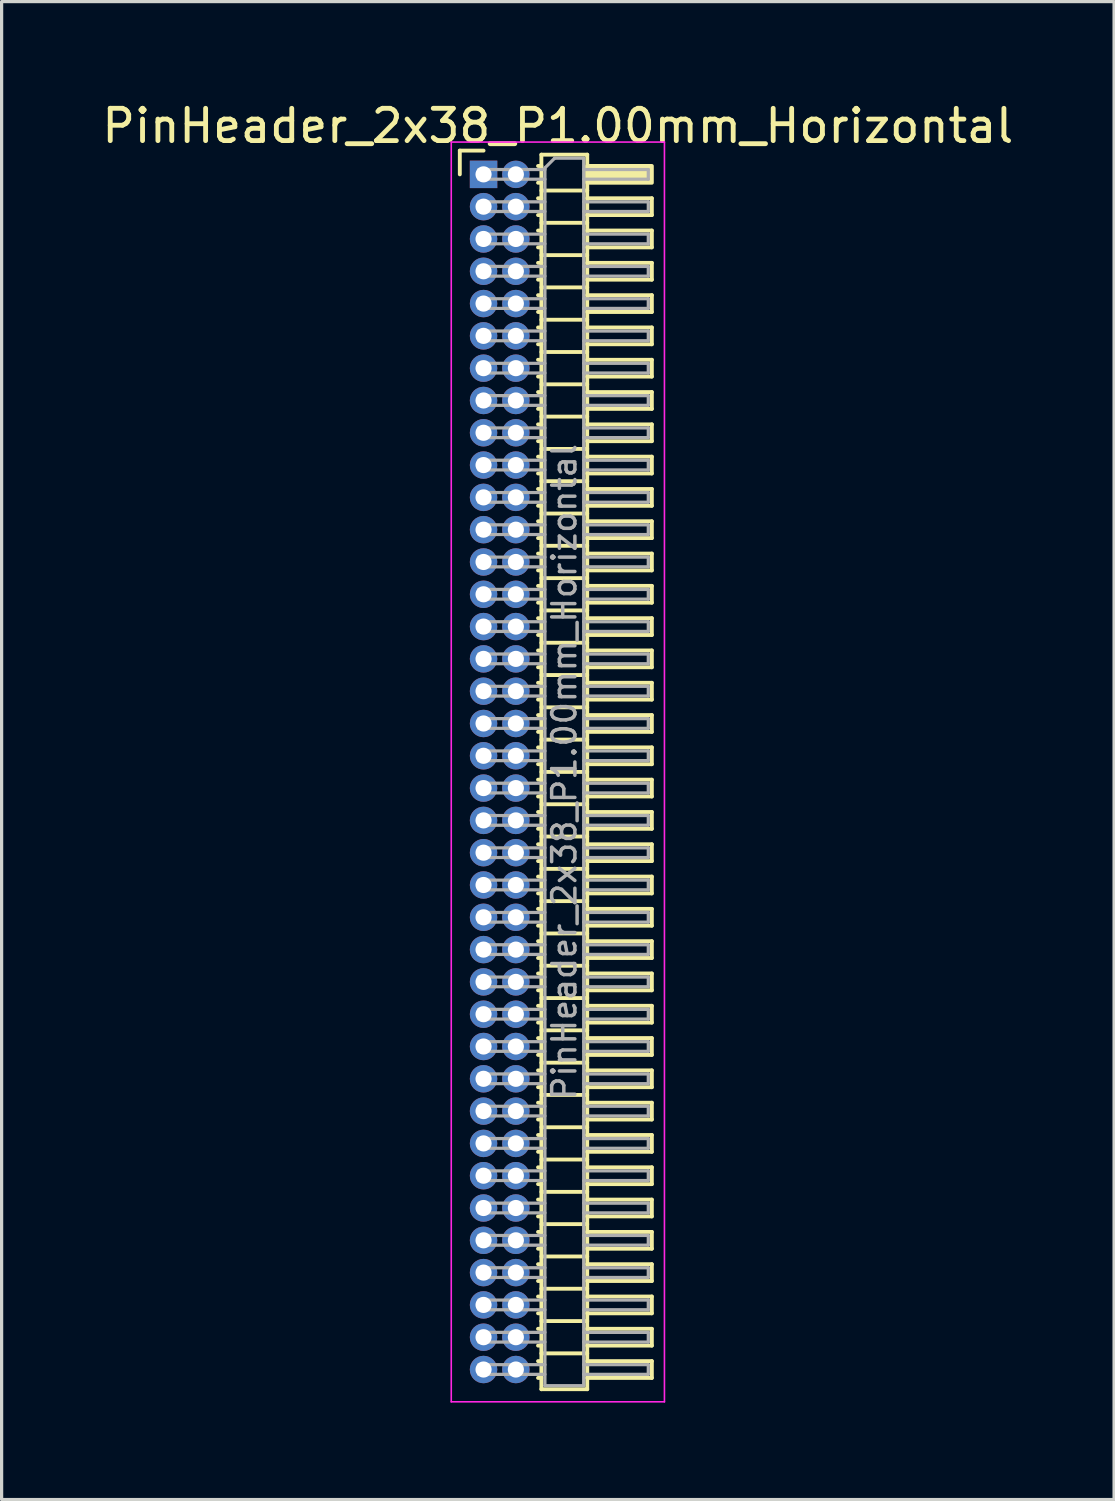
<source format=kicad_pcb>
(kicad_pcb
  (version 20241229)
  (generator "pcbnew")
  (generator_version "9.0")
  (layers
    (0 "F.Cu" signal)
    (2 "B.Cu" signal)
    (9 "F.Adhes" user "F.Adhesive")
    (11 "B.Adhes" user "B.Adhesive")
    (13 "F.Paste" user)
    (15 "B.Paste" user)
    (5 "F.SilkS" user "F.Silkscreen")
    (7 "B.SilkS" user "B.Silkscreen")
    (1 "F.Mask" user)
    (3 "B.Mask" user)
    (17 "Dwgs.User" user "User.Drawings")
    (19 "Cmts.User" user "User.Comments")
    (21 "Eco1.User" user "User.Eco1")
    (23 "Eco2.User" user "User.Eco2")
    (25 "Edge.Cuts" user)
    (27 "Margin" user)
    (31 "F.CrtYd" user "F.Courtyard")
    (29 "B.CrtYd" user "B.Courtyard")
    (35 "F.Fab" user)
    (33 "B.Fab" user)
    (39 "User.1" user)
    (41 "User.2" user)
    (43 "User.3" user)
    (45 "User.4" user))
  (footprint "PinHeader_2x38_P1.00mm_Horizontal"
    (layer "F.Cu")
    (at 11.92 2.348)
    (property "Reference" "PinHeader_2x38_P1.00mm_Horizontal" (at 2.3 -1.5 0) (layer "F.SilkS") (effects (font (size 1 1) (thickness 0.15))))
    (attr through_hole)
    (fp_line (start -0.735 -0.735) (end 0 -0.735) (stroke (width 0.12) (type solid)) (layer "F.SilkS"))
    (fp_line (start -0.735 0) (end -0.735 -0.735) (stroke (width 0.12) (type solid)) (layer "F.SilkS"))
    (fp_line (start 1.687 -0.26) (end 1.79 -0.26) (stroke (width 0.12) (type solid)) (layer "F.SilkS"))
    (fp_line (start 1.687 0.26) (end 1.79 0.26) (stroke (width 0.12) (type solid)) (layer "F.SilkS"))
    (fp_line (start 1.687 0.74) (end 1.79 0.74) (stroke (width 0.12) (type solid)) (layer "F.SilkS"))
    (fp_line (start 1.687 1.26) (end 1.79 1.26) (stroke (width 0.12) (type solid)) (layer "F.SilkS"))
    (fp_line (start 1.687 1.74) (end 1.79 1.74) (stroke (width 0.12) (type solid)) (layer "F.SilkS"))
    (fp_line (start 1.687 2.26) (end 1.79 2.26) (stroke (width 0.12) (type solid)) (layer "F.SilkS"))
    (fp_line (start 1.687 2.74) (end 1.79 2.74) (stroke (width 0.12) (type solid)) (layer "F.SilkS"))
    (fp_line (start 1.687 3.26) (end 1.79 3.26) (stroke (width 0.12) (type solid)) (layer "F.SilkS"))
    (fp_line (start 1.687 3.74) (end 1.79 3.74) (stroke (width 0.12) (type solid)) (layer "F.SilkS"))
    (fp_line (start 1.687 4.26) (end 1.79 4.26) (stroke (width 0.12) (type solid)) (layer "F.SilkS"))
    (fp_line (start 1.687 4.74) (end 1.79 4.74) (stroke (width 0.12) (type solid)) (layer "F.SilkS"))
    (fp_line (start 1.687 5.26) (end 1.79 5.26) (stroke (width 0.12) (type solid)) (layer "F.SilkS"))
    (fp_line (start 1.687 5.74) (end 1.79 5.74) (stroke (width 0.12) (type solid)) (layer "F.SilkS"))
    (fp_line (start 1.687 6.26) (end 1.79 6.26) (stroke (width 0.12) (type solid)) (layer "F.SilkS"))
    (fp_line (start 1.687 6.74) (end 1.79 6.74) (stroke (width 0.12) (type solid)) (layer "F.SilkS"))
    (fp_line (start 1.687 7.26) (end 1.79 7.26) (stroke (width 0.12) (type solid)) (layer "F.SilkS"))
    (fp_line (start 1.687 7.74) (end 1.79 7.74) (stroke (width 0.12) (type solid)) (layer "F.SilkS"))
    (fp_line (start 1.687 8.26) (end 1.79 8.26) (stroke (width 0.12) (type solid)) (layer "F.SilkS"))
    (fp_line (start 1.687 8.74) (end 1.79 8.74) (stroke (width 0.12) (type solid)) (layer "F.SilkS"))
    (fp_line (start 1.687 9.26) (end 1.79 9.26) (stroke (width 0.12) (type solid)) (layer "F.SilkS"))
    (fp_line (start 1.687 9.74) (end 1.79 9.74) (stroke (width 0.12) (type solid)) (layer "F.SilkS"))
    (fp_line (start 1.687 10.26) (end 1.79 10.26) (stroke (width 0.12) (type solid)) (layer "F.SilkS"))
    (fp_line (start 1.687 10.74) (end 1.79 10.74) (stroke (width 0.12) (type solid)) (layer "F.SilkS"))
    (fp_line (start 1.687 11.26) (end 1.79 11.26) (stroke (width 0.12) (type solid)) (layer "F.SilkS"))
    (fp_line (start 1.687 11.74) (end 1.79 11.74) (stroke (width 0.12) (type solid)) (layer "F.SilkS"))
    (fp_line (start 1.687 12.26) (end 1.79 12.26) (stroke (width 0.12) (type solid)) (layer "F.SilkS"))
    (fp_line (start 1.687 12.74) (end 1.79 12.74) (stroke (width 0.12) (type solid)) (layer "F.SilkS"))
    (fp_line (start 1.687 13.26) (end 1.79 13.26) (stroke (width 0.12) (type solid)) (layer "F.SilkS"))
    (fp_line (start 1.687 13.74) (end 1.79 13.74) (stroke (width 0.12) (type solid)) (layer "F.SilkS"))
    (fp_line (start 1.687 14.26) (end 1.79 14.26) (stroke (width 0.12) (type solid)) (layer "F.SilkS"))
    (fp_line (start 1.687 14.74) (end 1.79 14.74) (stroke (width 0.12) (type solid)) (layer "F.SilkS"))
    (fp_line (start 1.687 15.26) (end 1.79 15.26) (stroke (width 0.12) (type solid)) (layer "F.SilkS"))
    (fp_line (start 1.687 15.74) (end 1.79 15.74) (stroke (width 0.12) (type solid)) (layer "F.SilkS"))
    (fp_line (start 1.687 16.26) (end 1.79 16.26) (stroke (width 0.12) (type solid)) (layer "F.SilkS"))
    (fp_line (start 1.687 16.74) (end 1.79 16.74) (stroke (width 0.12) (type solid)) (layer "F.SilkS"))
    (fp_line (start 1.687 17.26) (end 1.79 17.26) (stroke (width 0.12) (type solid)) (layer "F.SilkS"))
    (fp_line (start 1.687 17.74) (end 1.79 17.74) (stroke (width 0.12) (type solid)) (layer "F.SilkS"))
    (fp_line (start 1.687 18.26) (end 1.79 18.26) (stroke (width 0.12) (type solid)) (layer "F.SilkS"))
    (fp_line (start 1.687 18.74) (end 1.79 18.74) (stroke (width 0.12) (type solid)) (layer "F.SilkS"))
    (fp_line (start 1.687 19.26) (end 1.79 19.26) (stroke (width 0.12) (type solid)) (layer "F.SilkS"))
    (fp_line (start 1.687 19.74) (end 1.79 19.74) (stroke (width 0.12) (type solid)) (layer "F.SilkS"))
    (fp_line (start 1.687 20.26) (end 1.79 20.26) (stroke (width 0.12) (type solid)) (layer "F.SilkS"))
    (fp_line (start 1.687 20.74) (end 1.79 20.74) (stroke (width 0.12) (type solid)) (layer "F.SilkS"))
    (fp_line (start 1.687 21.26) (end 1.79 21.26) (stroke (width 0.12) (type solid)) (layer "F.SilkS"))
    (fp_line (start 1.687 21.74) (end 1.79 21.74) (stroke (width 0.12) (type solid)) (layer "F.SilkS"))
    (fp_line (start 1.687 22.26) (end 1.79 22.26) (stroke (width 0.12) (type solid)) (layer "F.SilkS"))
    (fp_line (start 1.687 22.74) (end 1.79 22.74) (stroke (width 0.12) (type solid)) (layer "F.SilkS"))
    (fp_line (start 1.687 23.26) (end 1.79 23.26) (stroke (width 0.12) (type solid)) (layer "F.SilkS"))
    (fp_line (start 1.687 23.74) (end 1.79 23.74) (stroke (width 0.12) (type solid)) (layer "F.SilkS"))
    (fp_line (start 1.687 24.26) (end 1.79 24.26) (stroke (width 0.12) (type solid)) (layer "F.SilkS"))
    (fp_line (start 1.687 24.74) (end 1.79 24.74) (stroke (width 0.12) (type solid)) (layer "F.SilkS"))
    (fp_line (start 1.687 25.26) (end 1.79 25.26) (stroke (width 0.12) (type solid)) (layer "F.SilkS"))
    (fp_line (start 1.687 25.74) (end 1.79 25.74) (stroke (width 0.12) (type solid)) (layer "F.SilkS"))
    (fp_line (start 1.687 26.26) (end 1.79 26.26) (stroke (width 0.12) (type solid)) (layer "F.SilkS"))
    (fp_line (start 1.687 26.74) (end 1.79 26.74) (stroke (width 0.12) (type solid)) (layer "F.SilkS"))
    (fp_line (start 1.687 27.26) (end 1.79 27.26) (stroke (width 0.12) (type solid)) (layer "F.SilkS"))
    (fp_line (start 1.687 27.74) (end 1.79 27.74) (stroke (width 0.12) (type solid)) (layer "F.SilkS"))
    (fp_line (start 1.687 28.26) (end 1.79 28.26) (stroke (width 0.12) (type solid)) (layer "F.SilkS"))
    (fp_line (start 1.687 28.74) (end 1.79 28.74) (stroke (width 0.12) (type solid)) (layer "F.SilkS"))
    (fp_line (start 1.687 29.26) (end 1.79 29.26) (stroke (width 0.12) (type solid)) (layer "F.SilkS"))
    (fp_line (start 1.687 29.74) (end 1.79 29.74) (stroke (width 0.12) (type solid)) (layer "F.SilkS"))
    (fp_line (start 1.687 30.26) (end 1.79 30.26) (stroke (width 0.12) (type solid)) (layer "F.SilkS"))
    (fp_line (start 1.687 30.74) (end 1.79 30.74) (stroke (width 0.12) (type solid)) (layer "F.SilkS"))
    (fp_line (start 1.687 31.26) (end 1.79 31.26) (stroke (width 0.12) (type solid)) (layer "F.SilkS"))
    (fp_line (start 1.687 31.74) (end 1.79 31.74) (stroke (width 0.12) (type solid)) (layer "F.SilkS"))
    (fp_line (start 1.687 32.26) (end 1.79 32.26) (stroke (width 0.12) (type solid)) (layer "F.SilkS"))
    (fp_line (start 1.687 32.74) (end 1.79 32.74) (stroke (width 0.12) (type solid)) (layer "F.SilkS"))
    (fp_line (start 1.687 33.26) (end 1.79 33.26) (stroke (width 0.12) (type solid)) (layer "F.SilkS"))
    (fp_line (start 1.687 33.74) (end 1.79 33.74) (stroke (width 0.12) (type solid)) (layer "F.SilkS"))
    (fp_line (start 1.687 34.26) (end 1.79 34.26) (stroke (width 0.12) (type solid)) (layer "F.SilkS"))
    (fp_line (start 1.687 34.74) (end 1.79 34.74) (stroke (width 0.12) (type solid)) (layer "F.SilkS"))
    (fp_line (start 1.687 35.26) (end 1.79 35.26) (stroke (width 0.12) (type solid)) (layer "F.SilkS"))
    (fp_line (start 1.687 35.74) (end 1.79 35.74) (stroke (width 0.12) (type solid)) (layer "F.SilkS"))
    (fp_line (start 1.687 36.26) (end 1.79 36.26) (stroke (width 0.12) (type solid)) (layer "F.SilkS"))
    (fp_line (start 1.687 36.74) (end 1.79 36.74) (stroke (width 0.12) (type solid)) (layer "F.SilkS"))
    (fp_line (start 1.687 37.26) (end 1.79 37.26) (stroke (width 0.12) (type solid)) (layer "F.SilkS"))
    (fp_line (start 1.79 -0.61) (end 1.79 37.61) (stroke (width 0.12) (type solid)) (layer "F.SilkS"))
    (fp_line (start 1.79 0.5) (end 3.21 0.5) (stroke (width 0.12) (type solid)) (layer "F.SilkS"))
    (fp_line (start 1.79 1.5) (end 3.21 1.5) (stroke (width 0.12) (type solid)) (layer "F.SilkS"))
    (fp_line (start 1.79 2.5) (end 3.21 2.5) (stroke (width 0.12) (type solid)) (layer "F.SilkS"))
    (fp_line (start 1.79 3.5) (end 3.21 3.5) (stroke (width 0.12) (type solid)) (layer "F.SilkS"))
    (fp_line (start 1.79 4.5) (end 3.21 4.5) (stroke (width 0.12) (type solid)) (layer "F.SilkS"))
    (fp_line (start 1.79 5.5) (end 3.21 5.5) (stroke (width 0.12) (type solid)) (layer "F.SilkS"))
    (fp_line (start 1.79 6.5) (end 3.21 6.5) (stroke (width 0.12) (type solid)) (layer "F.SilkS"))
    (fp_line (start 1.79 7.5) (end 3.21 7.5) (stroke (width 0.12) (type solid)) (layer "F.SilkS"))
    (fp_line (start 1.79 8.5) (end 3.21 8.5) (stroke (width 0.12) (type solid)) (layer "F.SilkS"))
    (fp_line (start 1.79 9.5) (end 3.21 9.5) (stroke (width 0.12) (type solid)) (layer "F.SilkS"))
    (fp_line (start 1.79 10.5) (end 3.21 10.5) (stroke (width 0.12) (type solid)) (layer "F.SilkS"))
    (fp_line (start 1.79 11.5) (end 3.21 11.5) (stroke (width 0.12) (type solid)) (layer "F.SilkS"))
    (fp_line (start 1.79 12.5) (end 3.21 12.5) (stroke (width 0.12) (type solid)) (layer "F.SilkS"))
    (fp_line (start 1.79 13.5) (end 3.21 13.5) (stroke (width 0.12) (type solid)) (layer "F.SilkS"))
    (fp_line (start 1.79 14.5) (end 3.21 14.5) (stroke (width 0.12) (type solid)) (layer "F.SilkS"))
    (fp_line (start 1.79 15.5) (end 3.21 15.5) (stroke (width 0.12) (type solid)) (layer "F.SilkS"))
    (fp_line (start 1.79 16.5) (end 3.21 16.5) (stroke (width 0.12) (type solid)) (layer "F.SilkS"))
    (fp_line (start 1.79 17.5) (end 3.21 17.5) (stroke (width 0.12) (type solid)) (layer "F.SilkS"))
    (fp_line (start 1.79 18.5) (end 3.21 18.5) (stroke (width 0.12) (type solid)) (layer "F.SilkS"))
    (fp_line (start 1.79 19.5) (end 3.21 19.5) (stroke (width 0.12) (type solid)) (layer "F.SilkS"))
    (fp_line (start 1.79 20.5) (end 3.21 20.5) (stroke (width 0.12) (type solid)) (layer "F.SilkS"))
    (fp_line (start 1.79 21.5) (end 3.21 21.5) (stroke (width 0.12) (type solid)) (layer "F.SilkS"))
    (fp_line (start 1.79 22.5) (end 3.21 22.5) (stroke (width 0.12) (type solid)) (layer "F.SilkS"))
    (fp_line (start 1.79 23.5) (end 3.21 23.5) (stroke (width 0.12) (type solid)) (layer "F.SilkS"))
    (fp_line (start 1.79 24.5) (end 3.21 24.5) (stroke (width 0.12) (type solid)) (layer "F.SilkS"))
    (fp_line (start 1.79 25.5) (end 3.21 25.5) (stroke (width 0.12) (type solid)) (layer "F.SilkS"))
    (fp_line (start 1.79 26.5) (end 3.21 26.5) (stroke (width 0.12) (type solid)) (layer "F.SilkS"))
    (fp_line (start 1.79 27.5) (end 3.21 27.5) (stroke (width 0.12) (type solid)) (layer "F.SilkS"))
    (fp_line (start 1.79 28.5) (end 3.21 28.5) (stroke (width 0.12) (type solid)) (layer "F.SilkS"))
    (fp_line (start 1.79 29.5) (end 3.21 29.5) (stroke (width 0.12) (type solid)) (layer "F.SilkS"))
    (fp_line (start 1.79 30.5) (end 3.21 30.5) (stroke (width 0.12) (type solid)) (layer "F.SilkS"))
    (fp_line (start 1.79 31.5) (end 3.21 31.5) (stroke (width 0.12) (type solid)) (layer "F.SilkS"))
    (fp_line (start 1.79 32.5) (end 3.21 32.5) (stroke (width 0.12) (type solid)) (layer "F.SilkS"))
    (fp_line (start 1.79 33.5) (end 3.21 33.5) (stroke (width 0.12) (type solid)) (layer "F.SilkS"))
    (fp_line (start 1.79 34.5) (end 3.21 34.5) (stroke (width 0.12) (type solid)) (layer "F.SilkS"))
    (fp_line (start 1.79 35.5) (end 3.21 35.5) (stroke (width 0.12) (type solid)) (layer "F.SilkS"))
    (fp_line (start 1.79 36.5) (end 3.21 36.5) (stroke (width 0.12) (type solid)) (layer "F.SilkS"))
    (fp_line (start 1.79 37.61) (end 3.21 37.61) (stroke (width 0.12) (type solid)) (layer "F.SilkS"))
    (fp_line (start 3.21 -0.61) (end 1.79 -0.61) (stroke (width 0.12) (type solid)) (layer "F.SilkS"))
    (fp_line (start 3.21 0.74) (end 5.21 0.74) (stroke (width 0.12) (type solid)) (layer "F.SilkS"))
    (fp_line (start 3.21 1.74) (end 5.21 1.74) (stroke (width 0.12) (type solid)) (layer "F.SilkS"))
    (fp_line (start 3.21 2.74) (end 5.21 2.74) (stroke (width 0.12) (type solid)) (layer "F.SilkS"))
    (fp_line (start 3.21 3.74) (end 5.21 3.74) (stroke (width 0.12) (type solid)) (layer "F.SilkS"))
    (fp_line (start 3.21 4.74) (end 5.21 4.74) (stroke (width 0.12) (type solid)) (layer "F.SilkS"))
    (fp_line (start 3.21 5.74) (end 5.21 5.74) (stroke (width 0.12) (type solid)) (layer "F.SilkS"))
    (fp_line (start 3.21 6.74) (end 5.21 6.74) (stroke (width 0.12) (type solid)) (layer "F.SilkS"))
    (fp_line (start 3.21 7.74) (end 5.21 7.74) (stroke (width 0.12) (type solid)) (layer "F.SilkS"))
    (fp_line (start 3.21 8.74) (end 5.21 8.74) (stroke (width 0.12) (type solid)) (layer "F.SilkS"))
    (fp_line (start 3.21 9.74) (end 5.21 9.74) (stroke (width 0.12) (type solid)) (layer "F.SilkS"))
    (fp_line (start 3.21 10.74) (end 5.21 10.74) (stroke (width 0.12) (type solid)) (layer "F.SilkS"))
    (fp_line (start 3.21 11.74) (end 5.21 11.74) (stroke (width 0.12) (type solid)) (layer "F.SilkS"))
    (fp_line (start 3.21 12.74) (end 5.21 12.74) (stroke (width 0.12) (type solid)) (layer "F.SilkS"))
    (fp_line (start 3.21 13.74) (end 5.21 13.74) (stroke (width 0.12) (type solid)) (layer "F.SilkS"))
    (fp_line (start 3.21 14.74) (end 5.21 14.74) (stroke (width 0.12) (type solid)) (layer "F.SilkS"))
    (fp_line (start 3.21 15.74) (end 5.21 15.74) (stroke (width 0.12) (type solid)) (layer "F.SilkS"))
    (fp_line (start 3.21 16.74) (end 5.21 16.74) (stroke (width 0.12) (type solid)) (layer "F.SilkS"))
    (fp_line (start 3.21 17.74) (end 5.21 17.74) (stroke (width 0.12) (type solid)) (layer "F.SilkS"))
    (fp_line (start 3.21 18.74) (end 5.21 18.74) (stroke (width 0.12) (type solid)) (layer "F.SilkS"))
    (fp_line (start 3.21 19.74) (end 5.21 19.74) (stroke (width 0.12) (type solid)) (layer "F.SilkS"))
    (fp_line (start 3.21 20.74) (end 5.21 20.74) (stroke (width 0.12) (type solid)) (layer "F.SilkS"))
    (fp_line (start 3.21 21.74) (end 5.21 21.74) (stroke (width 0.12) (type solid)) (layer "F.SilkS"))
    (fp_line (start 3.21 22.74) (end 5.21 22.74) (stroke (width 0.12) (type solid)) (layer "F.SilkS"))
    (fp_line (start 3.21 23.74) (end 5.21 23.74) (stroke (width 0.12) (type solid)) (layer "F.SilkS"))
    (fp_line (start 3.21 24.74) (end 5.21 24.74) (stroke (width 0.12) (type solid)) (layer "F.SilkS"))
    (fp_line (start 3.21 25.74) (end 5.21 25.74) (stroke (width 0.12) (type solid)) (layer "F.SilkS"))
    (fp_line (start 3.21 26.74) (end 5.21 26.74) (stroke (width 0.12) (type solid)) (layer "F.SilkS"))
    (fp_line (start 3.21 27.74) (end 5.21 27.74) (stroke (width 0.12) (type solid)) (layer "F.SilkS"))
    (fp_line (start 3.21 28.74) (end 5.21 28.74) (stroke (width 0.12) (type solid)) (layer "F.SilkS"))
    (fp_line (start 3.21 29.74) (end 5.21 29.74) (stroke (width 0.12) (type solid)) (layer "F.SilkS"))
    (fp_line (start 3.21 30.74) (end 5.21 30.74) (stroke (width 0.12) (type solid)) (layer "F.SilkS"))
    (fp_line (start 3.21 31.74) (end 5.21 31.74) (stroke (width 0.12) (type solid)) (layer "F.SilkS"))
    (fp_line (start 3.21 32.74) (end 5.21 32.74) (stroke (width 0.12) (type solid)) (layer "F.SilkS"))
    (fp_line (start 3.21 33.74) (end 5.21 33.74) (stroke (width 0.12) (type solid)) (layer "F.SilkS"))
    (fp_line (start 3.21 34.74) (end 5.21 34.74) (stroke (width 0.12) (type solid)) (layer "F.SilkS"))
    (fp_line (start 3.21 35.74) (end 5.21 35.74) (stroke (width 0.12) (type solid)) (layer "F.SilkS"))
    (fp_line (start 3.21 36.74) (end 5.21 36.74) (stroke (width 0.12) (type solid)) (layer "F.SilkS"))
    (fp_line (start 3.21 37.61) (end 3.21 -0.61) (stroke (width 0.12) (type solid)) (layer "F.SilkS"))
    (fp_line (start 5.21 0.74) (end 5.21 1.26) (stroke (width 0.12) (type solid)) (layer "F.SilkS"))
    (fp_line (start 5.21 1.26) (end 3.21 1.26) (stroke (width 0.12) (type solid)) (layer "F.SilkS"))
    (fp_line (start 5.21 1.74) (end 5.21 2.26) (stroke (width 0.12) (type solid)) (layer "F.SilkS"))
    (fp_line (start 5.21 2.26) (end 3.21 2.26) (stroke (width 0.12) (type solid)) (layer "F.SilkS"))
    (fp_line (start 5.21 2.74) (end 5.21 3.26) (stroke (width 0.12) (type solid)) (layer "F.SilkS"))
    (fp_line (start 5.21 3.26) (end 3.21 3.26) (stroke (width 0.12) (type solid)) (layer "F.SilkS"))
    (fp_line (start 5.21 3.74) (end 5.21 4.26) (stroke (width 0.12) (type solid)) (layer "F.SilkS"))
    (fp_line (start 5.21 4.26) (end 3.21 4.26) (stroke (width 0.12) (type solid)) (layer "F.SilkS"))
    (fp_line (start 5.21 4.74) (end 5.21 5.26) (stroke (width 0.12) (type solid)) (layer "F.SilkS"))
    (fp_line (start 5.21 5.26) (end 3.21 5.26) (stroke (width 0.12) (type solid)) (layer "F.SilkS"))
    (fp_line (start 5.21 5.74) (end 5.21 6.26) (stroke (width 0.12) (type solid)) (layer "F.SilkS"))
    (fp_line (start 5.21 6.26) (end 3.21 6.26) (stroke (width 0.12) (type solid)) (layer "F.SilkS"))
    (fp_line (start 5.21 6.74) (end 5.21 7.26) (stroke (width 0.12) (type solid)) (layer "F.SilkS"))
    (fp_line (start 5.21 7.26) (end 3.21 7.26) (stroke (width 0.12) (type solid)) (layer "F.SilkS"))
    (fp_line (start 5.21 7.74) (end 5.21 8.26) (stroke (width 0.12) (type solid)) (layer "F.SilkS"))
    (fp_line (start 5.21 8.26) (end 3.21 8.26) (stroke (width 0.12) (type solid)) (layer "F.SilkS"))
    (fp_line (start 5.21 8.74) (end 5.21 9.26) (stroke (width 0.12) (type solid)) (layer "F.SilkS"))
    (fp_line (start 5.21 9.26) (end 3.21 9.26) (stroke (width 0.12) (type solid)) (layer "F.SilkS"))
    (fp_line (start 5.21 9.74) (end 5.21 10.26) (stroke (width 0.12) (type solid)) (layer "F.SilkS"))
    (fp_line (start 5.21 10.26) (end 3.21 10.26) (stroke (width 0.12) (type solid)) (layer "F.SilkS"))
    (fp_line (start 5.21 10.74) (end 5.21 11.26) (stroke (width 0.12) (type solid)) (layer "F.SilkS"))
    (fp_line (start 5.21 11.26) (end 3.21 11.26) (stroke (width 0.12) (type solid)) (layer "F.SilkS"))
    (fp_line (start 5.21 11.74) (end 5.21 12.26) (stroke (width 0.12) (type solid)) (layer "F.SilkS"))
    (fp_line (start 5.21 12.26) (end 3.21 12.26) (stroke (width 0.12) (type solid)) (layer "F.SilkS"))
    (fp_line (start 5.21 12.74) (end 5.21 13.26) (stroke (width 0.12) (type solid)) (layer "F.SilkS"))
    (fp_line (start 5.21 13.26) (end 3.21 13.26) (stroke (width 0.12) (type solid)) (layer "F.SilkS"))
    (fp_line (start 5.21 13.74) (end 5.21 14.26) (stroke (width 0.12) (type solid)) (layer "F.SilkS"))
    (fp_line (start 5.21 14.26) (end 3.21 14.26) (stroke (width 0.12) (type solid)) (layer "F.SilkS"))
    (fp_line (start 5.21 14.74) (end 5.21 15.26) (stroke (width 0.12) (type solid)) (layer "F.SilkS"))
    (fp_line (start 5.21 15.26) (end 3.21 15.26) (stroke (width 0.12) (type solid)) (layer "F.SilkS"))
    (fp_line (start 5.21 15.74) (end 5.21 16.26) (stroke (width 0.12) (type solid)) (layer "F.SilkS"))
    (fp_line (start 5.21 16.26) (end 3.21 16.26) (stroke (width 0.12) (type solid)) (layer "F.SilkS"))
    (fp_line (start 5.21 16.74) (end 5.21 17.26) (stroke (width 0.12) (type solid)) (layer "F.SilkS"))
    (fp_line (start 5.21 17.26) (end 3.21 17.26) (stroke (width 0.12) (type solid)) (layer "F.SilkS"))
    (fp_line (start 5.21 17.74) (end 5.21 18.26) (stroke (width 0.12) (type solid)) (layer "F.SilkS"))
    (fp_line (start 5.21 18.26) (end 3.21 18.26) (stroke (width 0.12) (type solid)) (layer "F.SilkS"))
    (fp_line (start 5.21 18.74) (end 5.21 19.26) (stroke (width 0.12) (type solid)) (layer "F.SilkS"))
    (fp_line (start 5.21 19.26) (end 3.21 19.26) (stroke (width 0.12) (type solid)) (layer "F.SilkS"))
    (fp_line (start 5.21 19.74) (end 5.21 20.26) (stroke (width 0.12) (type solid)) (layer "F.SilkS"))
    (fp_line (start 5.21 20.26) (end 3.21 20.26) (stroke (width 0.12) (type solid)) (layer "F.SilkS"))
    (fp_line (start 5.21 20.74) (end 5.21 21.26) (stroke (width 0.12) (type solid)) (layer "F.SilkS"))
    (fp_line (start 5.21 21.26) (end 3.21 21.26) (stroke (width 0.12) (type solid)) (layer "F.SilkS"))
    (fp_line (start 5.21 21.74) (end 5.21 22.26) (stroke (width 0.12) (type solid)) (layer "F.SilkS"))
    (fp_line (start 5.21 22.26) (end 3.21 22.26) (stroke (width 0.12) (type solid)) (layer "F.SilkS"))
    (fp_line (start 5.21 22.74) (end 5.21 23.26) (stroke (width 0.12) (type solid)) (layer "F.SilkS"))
    (fp_line (start 5.21 23.26) (end 3.21 23.26) (stroke (width 0.12) (type solid)) (layer "F.SilkS"))
    (fp_line (start 5.21 23.74) (end 5.21 24.26) (stroke (width 0.12) (type solid)) (layer "F.SilkS"))
    (fp_line (start 5.21 24.26) (end 3.21 24.26) (stroke (width 0.12) (type solid)) (layer "F.SilkS"))
    (fp_line (start 5.21 24.74) (end 5.21 25.26) (stroke (width 0.12) (type solid)) (layer "F.SilkS"))
    (fp_line (start 5.21 25.26) (end 3.21 25.26) (stroke (width 0.12) (type solid)) (layer "F.SilkS"))
    (fp_line (start 5.21 25.74) (end 5.21 26.26) (stroke (width 0.12) (type solid)) (layer "F.SilkS"))
    (fp_line (start 5.21 26.26) (end 3.21 26.26) (stroke (width 0.12) (type solid)) (layer "F.SilkS"))
    (fp_line (start 5.21 26.74) (end 5.21 27.26) (stroke (width 0.12) (type solid)) (layer "F.SilkS"))
    (fp_line (start 5.21 27.26) (end 3.21 27.26) (stroke (width 0.12) (type solid)) (layer "F.SilkS"))
    (fp_line (start 5.21 27.74) (end 5.21 28.26) (stroke (width 0.12) (type solid)) (layer "F.SilkS"))
    (fp_line (start 5.21 28.26) (end 3.21 28.26) (stroke (width 0.12) (type solid)) (layer "F.SilkS"))
    (fp_line (start 5.21 28.74) (end 5.21 29.26) (stroke (width 0.12) (type solid)) (layer "F.SilkS"))
    (fp_line (start 5.21 29.26) (end 3.21 29.26) (stroke (width 0.12) (type solid)) (layer "F.SilkS"))
    (fp_line (start 5.21 29.74) (end 5.21 30.26) (stroke (width 0.12) (type solid)) (layer "F.SilkS"))
    (fp_line (start 5.21 30.26) (end 3.21 30.26) (stroke (width 0.12) (type solid)) (layer "F.SilkS"))
    (fp_line (start 5.21 30.74) (end 5.21 31.26) (stroke (width 0.12) (type solid)) (layer "F.SilkS"))
    (fp_line (start 5.21 31.26) (end 3.21 31.26) (stroke (width 0.12) (type solid)) (layer "F.SilkS"))
    (fp_line (start 5.21 31.74) (end 5.21 32.26) (stroke (width 0.12) (type solid)) (layer "F.SilkS"))
    (fp_line (start 5.21 32.26) (end 3.21 32.26) (stroke (width 0.12) (type solid)) (layer "F.SilkS"))
    (fp_line (start 5.21 32.74) (end 5.21 33.26) (stroke (width 0.12) (type solid)) (layer "F.SilkS"))
    (fp_line (start 5.21 33.26) (end 3.21 33.26) (stroke (width 0.12) (type solid)) (layer "F.SilkS"))
    (fp_line (start 5.21 33.74) (end 5.21 34.26) (stroke (width 0.12) (type solid)) (layer "F.SilkS"))
    (fp_line (start 5.21 34.26) (end 3.21 34.26) (stroke (width 0.12) (type solid)) (layer "F.SilkS"))
    (fp_line (start 5.21 34.74) (end 5.21 35.26) (stroke (width 0.12) (type solid)) (layer "F.SilkS"))
    (fp_line (start 5.21 35.26) (end 3.21 35.26) (stroke (width 0.12) (type solid)) (layer "F.SilkS"))
    (fp_line (start 5.21 35.74) (end 5.21 36.26) (stroke (width 0.12) (type solid)) (layer "F.SilkS"))
    (fp_line (start 5.21 36.26) (end 3.21 36.26) (stroke (width 0.12) (type solid)) (layer "F.SilkS"))
    (fp_line (start 5.21 36.74) (end 5.21 37.26) (stroke (width 0.12) (type solid)) (layer "F.SilkS"))
    (fp_line (start 5.21 37.26) (end 3.21 37.26) (stroke (width 0.12) (type solid)) (layer "F.SilkS"))
    (fp_rect (start 3.21 -0.26) (end 5.21 0.26) (stroke (width 0.12) (type solid)) (fill yes) (layer "F.SilkS"))
    (fp_line (start -1 -1) (end -1 38) (stroke (width 0.05) (type solid)) (layer "F.CrtYd"))
    (fp_line (start -1 38) (end 5.6 38) (stroke (width 0.05) (type solid)) (layer "F.CrtYd"))
    (fp_line (start 5.6 -1) (end -1 -1) (stroke (width 0.05) (type solid)) (layer "F.CrtYd"))
    (fp_line (start 5.6 38) (end 5.6 -1) (stroke (width 0.05) (type solid)) (layer "F.CrtYd"))
    (fp_line (start -0.15 -0.15) (end -0.15 0.15) (stroke (width 0.1) (type solid)) (layer "F.Fab"))
    (fp_line (start -0.15 -0.15) (end 1.9 -0.15) (stroke (width 0.1) (type solid)) (layer "F.Fab"))
    (fp_line (start -0.15 0.15) (end 1.9 0.15) (stroke (width 0.1) (type solid)) (layer "F.Fab"))
    (fp_line (start -0.15 0.85) (end -0.15 1.15) (stroke (width 0.1) (type solid)) (layer "F.Fab"))
    (fp_line (start -0.15 0.85) (end 1.9 0.85) (stroke (width 0.1) (type solid)) (layer "F.Fab"))
    (fp_line (start -0.15 1.15) (end 1.9 1.15) (stroke (width 0.1) (type solid)) (layer "F.Fab"))
    (fp_line (start -0.15 1.85) (end -0.15 2.15) (stroke (width 0.1) (type solid)) (layer "F.Fab"))
    (fp_line (start -0.15 1.85) (end 1.9 1.85) (stroke (width 0.1) (type solid)) (layer "F.Fab"))
    (fp_line (start -0.15 2.15) (end 1.9 2.15) (stroke (width 0.1) (type solid)) (layer "F.Fab"))
    (fp_line (start -0.15 2.85) (end -0.15 3.15) (stroke (width 0.1) (type solid)) (layer "F.Fab"))
    (fp_line (start -0.15 2.85) (end 1.9 2.85) (stroke (width 0.1) (type solid)) (layer "F.Fab"))
    (fp_line (start -0.15 3.15) (end 1.9 3.15) (stroke (width 0.1) (type solid)) (layer "F.Fab"))
    (fp_line (start -0.15 3.85) (end -0.15 4.15) (stroke (width 0.1) (type solid)) (layer "F.Fab"))
    (fp_line (start -0.15 3.85) (end 1.9 3.85) (stroke (width 0.1) (type solid)) (layer "F.Fab"))
    (fp_line (start -0.15 4.15) (end 1.9 4.15) (stroke (width 0.1) (type solid)) (layer "F.Fab"))
    (fp_line (start -0.15 4.85) (end -0.15 5.15) (stroke (width 0.1) (type solid)) (layer "F.Fab"))
    (fp_line (start -0.15 4.85) (end 1.9 4.85) (stroke (width 0.1) (type solid)) (layer "F.Fab"))
    (fp_line (start -0.15 5.15) (end 1.9 5.15) (stroke (width 0.1) (type solid)) (layer "F.Fab"))
    (fp_line (start -0.15 5.85) (end -0.15 6.15) (stroke (width 0.1) (type solid)) (layer "F.Fab"))
    (fp_line (start -0.15 5.85) (end 1.9 5.85) (stroke (width 0.1) (type solid)) (layer "F.Fab"))
    (fp_line (start -0.15 6.15) (end 1.9 6.15) (stroke (width 0.1) (type solid)) (layer "F.Fab"))
    (fp_line (start -0.15 6.85) (end -0.15 7.15) (stroke (width 0.1) (type solid)) (layer "F.Fab"))
    (fp_line (start -0.15 6.85) (end 1.9 6.85) (stroke (width 0.1) (type solid)) (layer "F.Fab"))
    (fp_line (start -0.15 7.15) (end 1.9 7.15) (stroke (width 0.1) (type solid)) (layer "F.Fab"))
    (fp_line (start -0.15 7.85) (end -0.15 8.15) (stroke (width 0.1) (type solid)) (layer "F.Fab"))
    (fp_line (start -0.15 7.85) (end 1.9 7.85) (stroke (width 0.1) (type solid)) (layer "F.Fab"))
    (fp_line (start -0.15 8.15) (end 1.9 8.15) (stroke (width 0.1) (type solid)) (layer "F.Fab"))
    (fp_line (start -0.15 8.85) (end -0.15 9.15) (stroke (width 0.1) (type solid)) (layer "F.Fab"))
    (fp_line (start -0.15 8.85) (end 1.9 8.85) (stroke (width 0.1) (type solid)) (layer "F.Fab"))
    (fp_line (start -0.15 9.15) (end 1.9 9.15) (stroke (width 0.1) (type solid)) (layer "F.Fab"))
    (fp_line (start -0.15 9.85) (end -0.15 10.15) (stroke (width 0.1) (type solid)) (layer "F.Fab"))
    (fp_line (start -0.15 9.85) (end 1.9 9.85) (stroke (width 0.1) (type solid)) (layer "F.Fab"))
    (fp_line (start -0.15 10.15) (end 1.9 10.15) (stroke (width 0.1) (type solid)) (layer "F.Fab"))
    (fp_line (start -0.15 10.85) (end -0.15 11.15) (stroke (width 0.1) (type solid)) (layer "F.Fab"))
    (fp_line (start -0.15 10.85) (end 1.9 10.85) (stroke (width 0.1) (type solid)) (layer "F.Fab"))
    (fp_line (start -0.15 11.15) (end 1.9 11.15) (stroke (width 0.1) (type solid)) (layer "F.Fab"))
    (fp_line (start -0.15 11.85) (end -0.15 12.15) (stroke (width 0.1) (type solid)) (layer "F.Fab"))
    (fp_line (start -0.15 11.85) (end 1.9 11.85) (stroke (width 0.1) (type solid)) (layer "F.Fab"))
    (fp_line (start -0.15 12.15) (end 1.9 12.15) (stroke (width 0.1) (type solid)) (layer "F.Fab"))
    (fp_line (start -0.15 12.85) (end -0.15 13.15) (stroke (width 0.1) (type solid)) (layer "F.Fab"))
    (fp_line (start -0.15 12.85) (end 1.9 12.85) (stroke (width 0.1) (type solid)) (layer "F.Fab"))
    (fp_line (start -0.15 13.15) (end 1.9 13.15) (stroke (width 0.1) (type solid)) (layer "F.Fab"))
    (fp_line (start -0.15 13.85) (end -0.15 14.15) (stroke (width 0.1) (type solid)) (layer "F.Fab"))
    (fp_line (start -0.15 13.85) (end 1.9 13.85) (stroke (width 0.1) (type solid)) (layer "F.Fab"))
    (fp_line (start -0.15 14.15) (end 1.9 14.15) (stroke (width 0.1) (type solid)) (layer "F.Fab"))
    (fp_line (start -0.15 14.85) (end -0.15 15.15) (stroke (width 0.1) (type solid)) (layer "F.Fab"))
    (fp_line (start -0.15 14.85) (end 1.9 14.85) (stroke (width 0.1) (type solid)) (layer "F.Fab"))
    (fp_line (start -0.15 15.15) (end 1.9 15.15) (stroke (width 0.1) (type solid)) (layer "F.Fab"))
    (fp_line (start -0.15 15.85) (end -0.15 16.15) (stroke (width 0.1) (type solid)) (layer "F.Fab"))
    (fp_line (start -0.15 15.85) (end 1.9 15.85) (stroke (width 0.1) (type solid)) (layer "F.Fab"))
    (fp_line (start -0.15 16.15) (end 1.9 16.15) (stroke (width 0.1) (type solid)) (layer "F.Fab"))
    (fp_line (start -0.15 16.85) (end -0.15 17.15) (stroke (width 0.1) (type solid)) (layer "F.Fab"))
    (fp_line (start -0.15 16.85) (end 1.9 16.85) (stroke (width 0.1) (type solid)) (layer "F.Fab"))
    (fp_line (start -0.15 17.15) (end 1.9 17.15) (stroke (width 0.1) (type solid)) (layer "F.Fab"))
    (fp_line (start -0.15 17.85) (end -0.15 18.15) (stroke (width 0.1) (type solid)) (layer "F.Fab"))
    (fp_line (start -0.15 17.85) (end 1.9 17.85) (stroke (width 0.1) (type solid)) (layer "F.Fab"))
    (fp_line (start -0.15 18.15) (end 1.9 18.15) (stroke (width 0.1) (type solid)) (layer "F.Fab"))
    (fp_line (start -0.15 18.85) (end -0.15 19.15) (stroke (width 0.1) (type solid)) (layer "F.Fab"))
    (fp_line (start -0.15 18.85) (end 1.9 18.85) (stroke (width 0.1) (type solid)) (layer "F.Fab"))
    (fp_line (start -0.15 19.15) (end 1.9 19.15) (stroke (width 0.1) (type solid)) (layer "F.Fab"))
    (fp_line (start -0.15 19.85) (end -0.15 20.15) (stroke (width 0.1) (type solid)) (layer "F.Fab"))
    (fp_line (start -0.15 19.85) (end 1.9 19.85) (stroke (width 0.1) (type solid)) (layer "F.Fab"))
    (fp_line (start -0.15 20.15) (end 1.9 20.15) (stroke (width 0.1) (type solid)) (layer "F.Fab"))
    (fp_line (start -0.15 20.85) (end -0.15 21.15) (stroke (width 0.1) (type solid)) (layer "F.Fab"))
    (fp_line (start -0.15 20.85) (end 1.9 20.85) (stroke (width 0.1) (type solid)) (layer "F.Fab"))
    (fp_line (start -0.15 21.15) (end 1.9 21.15) (stroke (width 0.1) (type solid)) (layer "F.Fab"))
    (fp_line (start -0.15 21.85) (end -0.15 22.15) (stroke (width 0.1) (type solid)) (layer "F.Fab"))
    (fp_line (start -0.15 21.85) (end 1.9 21.85) (stroke (width 0.1) (type solid)) (layer "F.Fab"))
    (fp_line (start -0.15 22.15) (end 1.9 22.15) (stroke (width 0.1) (type solid)) (layer "F.Fab"))
    (fp_line (start -0.15 22.85) (end -0.15 23.15) (stroke (width 0.1) (type solid)) (layer "F.Fab"))
    (fp_line (start -0.15 22.85) (end 1.9 22.85) (stroke (width 0.1) (type solid)) (layer "F.Fab"))
    (fp_line (start -0.15 23.15) (end 1.9 23.15) (stroke (width 0.1) (type solid)) (layer "F.Fab"))
    (fp_line (start -0.15 23.85) (end -0.15 24.15) (stroke (width 0.1) (type solid)) (layer "F.Fab"))
    (fp_line (start -0.15 23.85) (end 1.9 23.85) (stroke (width 0.1) (type solid)) (layer "F.Fab"))
    (fp_line (start -0.15 24.15) (end 1.9 24.15) (stroke (width 0.1) (type solid)) (layer "F.Fab"))
    (fp_line (start -0.15 24.85) (end -0.15 25.15) (stroke (width 0.1) (type solid)) (layer "F.Fab"))
    (fp_line (start -0.15 24.85) (end 1.9 24.85) (stroke (width 0.1) (type solid)) (layer "F.Fab"))
    (fp_line (start -0.15 25.15) (end 1.9 25.15) (stroke (width 0.1) (type solid)) (layer "F.Fab"))
    (fp_line (start -0.15 25.85) (end -0.15 26.15) (stroke (width 0.1) (type solid)) (layer "F.Fab"))
    (fp_line (start -0.15 25.85) (end 1.9 25.85) (stroke (width 0.1) (type solid)) (layer "F.Fab"))
    (fp_line (start -0.15 26.15) (end 1.9 26.15) (stroke (width 0.1) (type solid)) (layer "F.Fab"))
    (fp_line (start -0.15 26.85) (end -0.15 27.15) (stroke (width 0.1) (type solid)) (layer "F.Fab"))
    (fp_line (start -0.15 26.85) (end 1.9 26.85) (stroke (width 0.1) (type solid)) (layer "F.Fab"))
    (fp_line (start -0.15 27.15) (end 1.9 27.15) (stroke (width 0.1) (type solid)) (layer "F.Fab"))
    (fp_line (start -0.15 27.85) (end -0.15 28.15) (stroke (width 0.1) (type solid)) (layer "F.Fab"))
    (fp_line (start -0.15 27.85) (end 1.9 27.85) (stroke (width 0.1) (type solid)) (layer "F.Fab"))
    (fp_line (start -0.15 28.15) (end 1.9 28.15) (stroke (width 0.1) (type solid)) (layer "F.Fab"))
    (fp_line (start -0.15 28.85) (end -0.15 29.15) (stroke (width 0.1) (type solid)) (layer "F.Fab"))
    (fp_line (start -0.15 28.85) (end 1.9 28.85) (stroke (width 0.1) (type solid)) (layer "F.Fab"))
    (fp_line (start -0.15 29.15) (end 1.9 29.15) (stroke (width 0.1) (type solid)) (layer "F.Fab"))
    (fp_line (start -0.15 29.85) (end -0.15 30.15) (stroke (width 0.1) (type solid)) (layer "F.Fab"))
    (fp_line (start -0.15 29.85) (end 1.9 29.85) (stroke (width 0.1) (type solid)) (layer "F.Fab"))
    (fp_line (start -0.15 30.15) (end 1.9 30.15) (stroke (width 0.1) (type solid)) (layer "F.Fab"))
    (fp_line (start -0.15 30.85) (end -0.15 31.15) (stroke (width 0.1) (type solid)) (layer "F.Fab"))
    (fp_line (start -0.15 30.85) (end 1.9 30.85) (stroke (width 0.1) (type solid)) (layer "F.Fab"))
    (fp_line (start -0.15 31.15) (end 1.9 31.15) (stroke (width 0.1) (type solid)) (layer "F.Fab"))
    (fp_line (start -0.15 31.85) (end -0.15 32.15) (stroke (width 0.1) (type solid)) (layer "F.Fab"))
    (fp_line (start -0.15 31.85) (end 1.9 31.85) (stroke (width 0.1) (type solid)) (layer "F.Fab"))
    (fp_line (start -0.15 32.15) (end 1.9 32.15) (stroke (width 0.1) (type solid)) (layer "F.Fab"))
    (fp_line (start -0.15 32.85) (end -0.15 33.15) (stroke (width 0.1) (type solid)) (layer "F.Fab"))
    (fp_line (start -0.15 32.85) (end 1.9 32.85) (stroke (width 0.1) (type solid)) (layer "F.Fab"))
    (fp_line (start -0.15 33.15) (end 1.9 33.15) (stroke (width 0.1) (type solid)) (layer "F.Fab"))
    (fp_line (start -0.15 33.85) (end -0.15 34.15) (stroke (width 0.1) (type solid)) (layer "F.Fab"))
    (fp_line (start -0.15 33.85) (end 1.9 33.85) (stroke (width 0.1) (type solid)) (layer "F.Fab"))
    (fp_line (start -0.15 34.15) (end 1.9 34.15) (stroke (width 0.1) (type solid)) (layer "F.Fab"))
    (fp_line (start -0.15 34.85) (end -0.15 35.15) (stroke (width 0.1) (type solid)) (layer "F.Fab"))
    (fp_line (start -0.15 34.85) (end 1.9 34.85) (stroke (width 0.1) (type solid)) (layer "F.Fab"))
    (fp_line (start -0.15 35.15) (end 1.9 35.15) (stroke (width 0.1) (type solid)) (layer "F.Fab"))
    (fp_line (start -0.15 35.85) (end -0.15 36.15) (stroke (width 0.1) (type solid)) (layer "F.Fab"))
    (fp_line (start -0.15 35.85) (end 1.9 35.85) (stroke (width 0.1) (type solid)) (layer "F.Fab"))
    (fp_line (start -0.15 36.15) (end 1.9 36.15) (stroke (width 0.1) (type solid)) (layer "F.Fab"))
    (fp_line (start -0.15 36.85) (end -0.15 37.15) (stroke (width 0.1) (type solid)) (layer "F.Fab"))
    (fp_line (start -0.15 36.85) (end 1.9 36.85) (stroke (width 0.1) (type solid)) (layer "F.Fab"))
    (fp_line (start -0.15 37.15) (end 1.9 37.15) (stroke (width 0.1) (type solid)) (layer "F.Fab"))
    (fp_line (start 1.9 -0.2) (end 2.2 -0.5) (stroke (width 0.1) (type solid)) (layer "F.Fab"))
    (fp_line (start 1.9 37.5) (end 1.9 -0.2) (stroke (width 0.1) (type solid)) (layer "F.Fab"))
    (fp_line (start 2.2 -0.5) (end 3.1 -0.5) (stroke (width 0.1) (type solid)) (layer "F.Fab"))
    (fp_line (start 3.1 -0.5) (end 3.1 37.5) (stroke (width 0.1) (type solid)) (layer "F.Fab"))
    (fp_line (start 3.1 -0.15) (end 5.1 -0.15) (stroke (width 0.1) (type solid)) (layer "F.Fab"))
    (fp_line (start 3.1 0.15) (end 5.1 0.15) (stroke (width 0.1) (type solid)) (layer "F.Fab"))
    (fp_line (start 3.1 0.85) (end 5.1 0.85) (stroke (width 0.1) (type solid)) (layer "F.Fab"))
    (fp_line (start 3.1 1.15) (end 5.1 1.15) (stroke (width 0.1) (type solid)) (layer "F.Fab"))
    (fp_line (start 3.1 1.85) (end 5.1 1.85) (stroke (width 0.1) (type solid)) (layer "F.Fab"))
    (fp_line (start 3.1 2.15) (end 5.1 2.15) (stroke (width 0.1) (type solid)) (layer "F.Fab"))
    (fp_line (start 3.1 2.85) (end 5.1 2.85) (stroke (width 0.1) (type solid)) (layer "F.Fab"))
    (fp_line (start 3.1 3.15) (end 5.1 3.15) (stroke (width 0.1) (type solid)) (layer "F.Fab"))
    (fp_line (start 3.1 3.85) (end 5.1 3.85) (stroke (width 0.1) (type solid)) (layer "F.Fab"))
    (fp_line (start 3.1 4.15) (end 5.1 4.15) (stroke (width 0.1) (type solid)) (layer "F.Fab"))
    (fp_line (start 3.1 4.85) (end 5.1 4.85) (stroke (width 0.1) (type solid)) (layer "F.Fab"))
    (fp_line (start 3.1 5.15) (end 5.1 5.15) (stroke (width 0.1) (type solid)) (layer "F.Fab"))
    (fp_line (start 3.1 5.85) (end 5.1 5.85) (stroke (width 0.1) (type solid)) (layer "F.Fab"))
    (fp_line (start 3.1 6.15) (end 5.1 6.15) (stroke (width 0.1) (type solid)) (layer "F.Fab"))
    (fp_line (start 3.1 6.85) (end 5.1 6.85) (stroke (width 0.1) (type solid)) (layer "F.Fab"))
    (fp_line (start 3.1 7.15) (end 5.1 7.15) (stroke (width 0.1) (type solid)) (layer "F.Fab"))
    (fp_line (start 3.1 7.85) (end 5.1 7.85) (stroke (width 0.1) (type solid)) (layer "F.Fab"))
    (fp_line (start 3.1 8.15) (end 5.1 8.15) (stroke (width 0.1) (type solid)) (layer "F.Fab"))
    (fp_line (start 3.1 8.85) (end 5.1 8.85) (stroke (width 0.1) (type solid)) (layer "F.Fab"))
    (fp_line (start 3.1 9.15) (end 5.1 9.15) (stroke (width 0.1) (type solid)) (layer "F.Fab"))
    (fp_line (start 3.1 9.85) (end 5.1 9.85) (stroke (width 0.1) (type solid)) (layer "F.Fab"))
    (fp_line (start 3.1 10.15) (end 5.1 10.15) (stroke (width 0.1) (type solid)) (layer "F.Fab"))
    (fp_line (start 3.1 10.85) (end 5.1 10.85) (stroke (width 0.1) (type solid)) (layer "F.Fab"))
    (fp_line (start 3.1 11.15) (end 5.1 11.15) (stroke (width 0.1) (type solid)) (layer "F.Fab"))
    (fp_line (start 3.1 11.85) (end 5.1 11.85) (stroke (width 0.1) (type solid)) (layer "F.Fab"))
    (fp_line (start 3.1 12.15) (end 5.1 12.15) (stroke (width 0.1) (type solid)) (layer "F.Fab"))
    (fp_line (start 3.1 12.85) (end 5.1 12.85) (stroke (width 0.1) (type solid)) (layer "F.Fab"))
    (fp_line (start 3.1 13.15) (end 5.1 13.15) (stroke (width 0.1) (type solid)) (layer "F.Fab"))
    (fp_line (start 3.1 13.85) (end 5.1 13.85) (stroke (width 0.1) (type solid)) (layer "F.Fab"))
    (fp_line (start 3.1 14.15) (end 5.1 14.15) (stroke (width 0.1) (type solid)) (layer "F.Fab"))
    (fp_line (start 3.1 14.85) (end 5.1 14.85) (stroke (width 0.1) (type solid)) (layer "F.Fab"))
    (fp_line (start 3.1 15.15) (end 5.1 15.15) (stroke (width 0.1) (type solid)) (layer "F.Fab"))
    (fp_line (start 3.1 15.85) (end 5.1 15.85) (stroke (width 0.1) (type solid)) (layer "F.Fab"))
    (fp_line (start 3.1 16.15) (end 5.1 16.15) (stroke (width 0.1) (type solid)) (layer "F.Fab"))
    (fp_line (start 3.1 16.85) (end 5.1 16.85) (stroke (width 0.1) (type solid)) (layer "F.Fab"))
    (fp_line (start 3.1 17.15) (end 5.1 17.15) (stroke (width 0.1) (type solid)) (layer "F.Fab"))
    (fp_line (start 3.1 17.85) (end 5.1 17.85) (stroke (width 0.1) (type solid)) (layer "F.Fab"))
    (fp_line (start 3.1 18.15) (end 5.1 18.15) (stroke (width 0.1) (type solid)) (layer "F.Fab"))
    (fp_line (start 3.1 18.85) (end 5.1 18.85) (stroke (width 0.1) (type solid)) (layer "F.Fab"))
    (fp_line (start 3.1 19.15) (end 5.1 19.15) (stroke (width 0.1) (type solid)) (layer "F.Fab"))
    (fp_line (start 3.1 19.85) (end 5.1 19.85) (stroke (width 0.1) (type solid)) (layer "F.Fab"))
    (fp_line (start 3.1 20.15) (end 5.1 20.15) (stroke (width 0.1) (type solid)) (layer "F.Fab"))
    (fp_line (start 3.1 20.85) (end 5.1 20.85) (stroke (width 0.1) (type solid)) (layer "F.Fab"))
    (fp_line (start 3.1 21.15) (end 5.1 21.15) (stroke (width 0.1) (type solid)) (layer "F.Fab"))
    (fp_line (start 3.1 21.85) (end 5.1 21.85) (stroke (width 0.1) (type solid)) (layer "F.Fab"))
    (fp_line (start 3.1 22.15) (end 5.1 22.15) (stroke (width 0.1) (type solid)) (layer "F.Fab"))
    (fp_line (start 3.1 22.85) (end 5.1 22.85) (stroke (width 0.1) (type solid)) (layer "F.Fab"))
    (fp_line (start 3.1 23.15) (end 5.1 23.15) (stroke (width 0.1) (type solid)) (layer "F.Fab"))
    (fp_line (start 3.1 23.85) (end 5.1 23.85) (stroke (width 0.1) (type solid)) (layer "F.Fab"))
    (fp_line (start 3.1 24.15) (end 5.1 24.15) (stroke (width 0.1) (type solid)) (layer "F.Fab"))
    (fp_line (start 3.1 24.85) (end 5.1 24.85) (stroke (width 0.1) (type solid)) (layer "F.Fab"))
    (fp_line (start 3.1 25.15) (end 5.1 25.15) (stroke (width 0.1) (type solid)) (layer "F.Fab"))
    (fp_line (start 3.1 25.85) (end 5.1 25.85) (stroke (width 0.1) (type solid)) (layer "F.Fab"))
    (fp_line (start 3.1 26.15) (end 5.1 26.15) (stroke (width 0.1) (type solid)) (layer "F.Fab"))
    (fp_line (start 3.1 26.85) (end 5.1 26.85) (stroke (width 0.1) (type solid)) (layer "F.Fab"))
    (fp_line (start 3.1 27.15) (end 5.1 27.15) (stroke (width 0.1) (type solid)) (layer "F.Fab"))
    (fp_line (start 3.1 27.85) (end 5.1 27.85) (stroke (width 0.1) (type solid)) (layer "F.Fab"))
    (fp_line (start 3.1 28.15) (end 5.1 28.15) (stroke (width 0.1) (type solid)) (layer "F.Fab"))
    (fp_line (start 3.1 28.85) (end 5.1 28.85) (stroke (width 0.1) (type solid)) (layer "F.Fab"))
    (fp_line (start 3.1 29.15) (end 5.1 29.15) (stroke (width 0.1) (type solid)) (layer "F.Fab"))
    (fp_line (start 3.1 29.85) (end 5.1 29.85) (stroke (width 0.1) (type solid)) (layer "F.Fab"))
    (fp_line (start 3.1 30.15) (end 5.1 30.15) (stroke (width 0.1) (type solid)) (layer "F.Fab"))
    (fp_line (start 3.1 30.85) (end 5.1 30.85) (stroke (width 0.1) (type solid)) (layer "F.Fab"))
    (fp_line (start 3.1 31.15) (end 5.1 31.15) (stroke (width 0.1) (type solid)) (layer "F.Fab"))
    (fp_line (start 3.1 31.85) (end 5.1 31.85) (stroke (width 0.1) (type solid)) (layer "F.Fab"))
    (fp_line (start 3.1 32.15) (end 5.1 32.15) (stroke (width 0.1) (type solid)) (layer "F.Fab"))
    (fp_line (start 3.1 32.85) (end 5.1 32.85) (stroke (width 0.1) (type solid)) (layer "F.Fab"))
    (fp_line (start 3.1 33.15) (end 5.1 33.15) (stroke (width 0.1) (type solid)) (layer "F.Fab"))
    (fp_line (start 3.1 33.85) (end 5.1 33.85) (stroke (width 0.1) (type solid)) (layer "F.Fab"))
    (fp_line (start 3.1 34.15) (end 5.1 34.15) (stroke (width 0.1) (type solid)) (layer "F.Fab"))
    (fp_line (start 3.1 34.85) (end 5.1 34.85) (stroke (width 0.1) (type solid)) (layer "F.Fab"))
    (fp_line (start 3.1 35.15) (end 5.1 35.15) (stroke (width 0.1) (type solid)) (layer "F.Fab"))
    (fp_line (start 3.1 35.85) (end 5.1 35.85) (stroke (width 0.1) (type solid)) (layer "F.Fab"))
    (fp_line (start 3.1 36.15) (end 5.1 36.15) (stroke (width 0.1) (type solid)) (layer "F.Fab"))
    (fp_line (start 3.1 36.85) (end 5.1 36.85) (stroke (width 0.1) (type solid)) (layer "F.Fab"))
    (fp_line (start 3.1 37.15) (end 5.1 37.15) (stroke (width 0.1) (type solid)) (layer "F.Fab"))
    (fp_line (start 3.1 37.5) (end 1.9 37.5) (stroke (width 0.1) (type solid)) (layer "F.Fab"))
    (fp_line (start 5.1 -0.15) (end 5.1 0.15) (stroke (width 0.1) (type solid)) (layer "F.Fab"))
    (fp_line (start 5.1 0.85) (end 5.1 1.15) (stroke (width 0.1) (type solid)) (layer "F.Fab"))
    (fp_line (start 5.1 1.85) (end 5.1 2.15) (stroke (width 0.1) (type solid)) (layer "F.Fab"))
    (fp_line (start 5.1 2.85) (end 5.1 3.15) (stroke (width 0.1) (type solid)) (layer "F.Fab"))
    (fp_line (start 5.1 3.85) (end 5.1 4.15) (stroke (width 0.1) (type solid)) (layer "F.Fab"))
    (fp_line (start 5.1 4.85) (end 5.1 5.15) (stroke (width 0.1) (type solid)) (layer "F.Fab"))
    (fp_line (start 5.1 5.85) (end 5.1 6.15) (stroke (width 0.1) (type solid)) (layer "F.Fab"))
    (fp_line (start 5.1 6.85) (end 5.1 7.15) (stroke (width 0.1) (type solid)) (layer "F.Fab"))
    (fp_line (start 5.1 7.85) (end 5.1 8.15) (stroke (width 0.1) (type solid)) (layer "F.Fab"))
    (fp_line (start 5.1 8.85) (end 5.1 9.15) (stroke (width 0.1) (type solid)) (layer "F.Fab"))
    (fp_line (start 5.1 9.85) (end 5.1 10.15) (stroke (width 0.1) (type solid)) (layer "F.Fab"))
    (fp_line (start 5.1 10.85) (end 5.1 11.15) (stroke (width 0.1) (type solid)) (layer "F.Fab"))
    (fp_line (start 5.1 11.85) (end 5.1 12.15) (stroke (width 0.1) (type solid)) (layer "F.Fab"))
    (fp_line (start 5.1 12.85) (end 5.1 13.15) (stroke (width 0.1) (type solid)) (layer "F.Fab"))
    (fp_line (start 5.1 13.85) (end 5.1 14.15) (stroke (width 0.1) (type solid)) (layer "F.Fab"))
    (fp_line (start 5.1 14.85) (end 5.1 15.15) (stroke (width 0.1) (type solid)) (layer "F.Fab"))
    (fp_line (start 5.1 15.85) (end 5.1 16.15) (stroke (width 0.1) (type solid)) (layer "F.Fab"))
    (fp_line (start 5.1 16.85) (end 5.1 17.15) (stroke (width 0.1) (type solid)) (layer "F.Fab"))
    (fp_line (start 5.1 17.85) (end 5.1 18.15) (stroke (width 0.1) (type solid)) (layer "F.Fab"))
    (fp_line (start 5.1 18.85) (end 5.1 19.15) (stroke (width 0.1) (type solid)) (layer "F.Fab"))
    (fp_line (start 5.1 19.85) (end 5.1 20.15) (stroke (width 0.1) (type solid)) (layer "F.Fab"))
    (fp_line (start 5.1 20.85) (end 5.1 21.15) (stroke (width 0.1) (type solid)) (layer "F.Fab"))
    (fp_line (start 5.1 21.85) (end 5.1 22.15) (stroke (width 0.1) (type solid)) (layer "F.Fab"))
    (fp_line (start 5.1 22.85) (end 5.1 23.15) (stroke (width 0.1) (type solid)) (layer "F.Fab"))
    (fp_line (start 5.1 23.85) (end 5.1 24.15) (stroke (width 0.1) (type solid)) (layer "F.Fab"))
    (fp_line (start 5.1 24.85) (end 5.1 25.15) (stroke (width 0.1) (type solid)) (layer "F.Fab"))
    (fp_line (start 5.1 25.85) (end 5.1 26.15) (stroke (width 0.1) (type solid)) (layer "F.Fab"))
    (fp_line (start 5.1 26.85) (end 5.1 27.15) (stroke (width 0.1) (type solid)) (layer "F.Fab"))
    (fp_line (start 5.1 27.85) (end 5.1 28.15) (stroke (width 0.1) (type solid)) (layer "F.Fab"))
    (fp_line (start 5.1 28.85) (end 5.1 29.15) (stroke (width 0.1) (type solid)) (layer "F.Fab"))
    (fp_line (start 5.1 29.85) (end 5.1 30.15) (stroke (width 0.1) (type solid)) (layer "F.Fab"))
    (fp_line (start 5.1 30.85) (end 5.1 31.15) (stroke (width 0.1) (type solid)) (layer "F.Fab"))
    (fp_line (start 5.1 31.85) (end 5.1 32.15) (stroke (width 0.1) (type solid)) (layer "F.Fab"))
    (fp_line (start 5.1 32.85) (end 5.1 33.15) (stroke (width 0.1) (type solid)) (layer "F.Fab"))
    (fp_line (start 5.1 33.85) (end 5.1 34.15) (stroke (width 0.1) (type solid)) (layer "F.Fab"))
    (fp_line (start 5.1 34.85) (end 5.1 35.15) (stroke (width 0.1) (type solid)) (layer "F.Fab"))
    (fp_line (start 5.1 35.85) (end 5.1 36.15) (stroke (width 0.1) (type solid)) (layer "F.Fab"))
    (fp_line (start 5.1 36.85) (end 5.1 37.15) (stroke (width 0.1) (type solid)) (layer "F.Fab"))
    (fp_text user "${REFERENCE}" (at 2.5 18.5 90) (layer "F.Fab") (effects (font (size 0.72 0.72) (thickness 0.108))))
    (pad "1" thru_hole rect (at 0 0) (size 0.85 0.85) (drill 0.5) (layers "*.Cu" "*.Mask"))
    (pad "2" thru_hole circle (at 1 0) (size 0.85 0.85) (drill 0.5) (layers "*.Cu" "*.Mask"))
    (pad "3" thru_hole circle (at 0 1) (size 0.85 0.85) (drill 0.5) (layers "*.Cu" "*.Mask"))
    (pad "4" thru_hole circle (at 1 1) (size 0.85 0.85) (drill 0.5) (layers "*.Cu" "*.Mask"))
    (pad "5" thru_hole circle (at 0 2) (size 0.85 0.85) (drill 0.5) (layers "*.Cu" "*.Mask"))
    (pad "6" thru_hole circle (at 1 2) (size 0.85 0.85) (drill 0.5) (layers "*.Cu" "*.Mask"))
    (pad "7" thru_hole circle (at 0 3) (size 0.85 0.85) (drill 0.5) (layers "*.Cu" "*.Mask"))
    (pad "8" thru_hole circle (at 1 3) (size 0.85 0.85) (drill 0.5) (layers "*.Cu" "*.Mask"))
    (pad "9" thru_hole circle (at 0 4) (size 0.85 0.85) (drill 0.5) (layers "*.Cu" "*.Mask"))
    (pad "10" thru_hole circle (at 1 4) (size 0.85 0.85) (drill 0.5) (layers "*.Cu" "*.Mask"))
    (pad "11" thru_hole circle (at 0 5) (size 0.85 0.85) (drill 0.5) (layers "*.Cu" "*.Mask"))
    (pad "12" thru_hole circle (at 1 5) (size 0.85 0.85) (drill 0.5) (layers "*.Cu" "*.Mask"))
    (pad "13" thru_hole circle (at 0 6) (size 0.85 0.85) (drill 0.5) (layers "*.Cu" "*.Mask"))
    (pad "14" thru_hole circle (at 1 6) (size 0.85 0.85) (drill 0.5) (layers "*.Cu" "*.Mask"))
    (pad "15" thru_hole circle (at 0 7) (size 0.85 0.85) (drill 0.5) (layers "*.Cu" "*.Mask"))
    (pad "16" thru_hole circle (at 1 7) (size 0.85 0.85) (drill 0.5) (layers "*.Cu" "*.Mask"))
    (pad "17" thru_hole circle (at 0 8) (size 0.85 0.85) (drill 0.5) (layers "*.Cu" "*.Mask"))
    (pad "18" thru_hole circle (at 1 8) (size 0.85 0.85) (drill 0.5) (layers "*.Cu" "*.Mask"))
    (pad "19" thru_hole circle (at 0 9) (size 0.85 0.85) (drill 0.5) (layers "*.Cu" "*.Mask"))
    (pad "20" thru_hole circle (at 1 9) (size 0.85 0.85) (drill 0.5) (layers "*.Cu" "*.Mask"))
    (pad "21" thru_hole circle (at 0 10) (size 0.85 0.85) (drill 0.5) (layers "*.Cu" "*.Mask"))
    (pad "22" thru_hole circle (at 1 10) (size 0.85 0.85) (drill 0.5) (layers "*.Cu" "*.Mask"))
    (pad "23" thru_hole circle (at 0 11) (size 0.85 0.85) (drill 0.5) (layers "*.Cu" "*.Mask"))
    (pad "24" thru_hole circle (at 1 11) (size 0.85 0.85) (drill 0.5) (layers "*.Cu" "*.Mask"))
    (pad "25" thru_hole circle (at 0 12) (size 0.85 0.85) (drill 0.5) (layers "*.Cu" "*.Mask"))
    (pad "26" thru_hole circle (at 1 12) (size 0.85 0.85) (drill 0.5) (layers "*.Cu" "*.Mask"))
    (pad "27" thru_hole circle (at 0 13) (size 0.85 0.85) (drill 0.5) (layers "*.Cu" "*.Mask"))
    (pad "28" thru_hole circle (at 1 13) (size 0.85 0.85) (drill 0.5) (layers "*.Cu" "*.Mask"))
    (pad "29" thru_hole circle (at 0 14) (size 0.85 0.85) (drill 0.5) (layers "*.Cu" "*.Mask"))
    (pad "30" thru_hole circle (at 1 14) (size 0.85 0.85) (drill 0.5) (layers "*.Cu" "*.Mask"))
    (pad "31" thru_hole circle (at 0 15) (size 0.85 0.85) (drill 0.5) (layers "*.Cu" "*.Mask"))
    (pad "32" thru_hole circle (at 1 15) (size 0.85 0.85) (drill 0.5) (layers "*.Cu" "*.Mask"))
    (pad "33" thru_hole circle (at 0 16) (size 0.85 0.85) (drill 0.5) (layers "*.Cu" "*.Mask"))
    (pad "34" thru_hole circle (at 1 16) (size 0.85 0.85) (drill 0.5) (layers "*.Cu" "*.Mask"))
    (pad "35" thru_hole circle (at 0 17) (size 0.85 0.85) (drill 0.5) (layers "*.Cu" "*.Mask"))
    (pad "36" thru_hole circle (at 1 17) (size 0.85 0.85) (drill 0.5) (layers "*.Cu" "*.Mask"))
    (pad "37" thru_hole circle (at 0 18) (size 0.85 0.85) (drill 0.5) (layers "*.Cu" "*.Mask"))
    (pad "38" thru_hole circle (at 1 18) (size 0.85 0.85) (drill 0.5) (layers "*.Cu" "*.Mask"))
    (pad "39" thru_hole circle (at 0 19) (size 0.85 0.85) (drill 0.5) (layers "*.Cu" "*.Mask"))
    (pad "40" thru_hole circle (at 1 19) (size 0.85 0.85) (drill 0.5) (layers "*.Cu" "*.Mask"))
    (pad "41" thru_hole circle (at 0 20) (size 0.85 0.85) (drill 0.5) (layers "*.Cu" "*.Mask"))
    (pad "42" thru_hole circle (at 1 20) (size 0.85 0.85) (drill 0.5) (layers "*.Cu" "*.Mask"))
    (pad "43" thru_hole circle (at 0 21) (size 0.85 0.85) (drill 0.5) (layers "*.Cu" "*.Mask"))
    (pad "44" thru_hole circle (at 1 21) (size 0.85 0.85) (drill 0.5) (layers "*.Cu" "*.Mask"))
    (pad "45" thru_hole circle (at 0 22) (size 0.85 0.85) (drill 0.5) (layers "*.Cu" "*.Mask"))
    (pad "46" thru_hole circle (at 1 22) (size 0.85 0.85) (drill 0.5) (layers "*.Cu" "*.Mask"))
    (pad "47" thru_hole circle (at 0 23) (size 0.85 0.85) (drill 0.5) (layers "*.Cu" "*.Mask"))
    (pad "48" thru_hole circle (at 1 23) (size 0.85 0.85) (drill 0.5) (layers "*.Cu" "*.Mask"))
    (pad "49" thru_hole circle (at 0 24) (size 0.85 0.85) (drill 0.5) (layers "*.Cu" "*.Mask"))
    (pad "50" thru_hole circle (at 1 24) (size 0.85 0.85) (drill 0.5) (layers "*.Cu" "*.Mask"))
    (pad "51" thru_hole circle (at 0 25) (size 0.85 0.85) (drill 0.5) (layers "*.Cu" "*.Mask"))
    (pad "52" thru_hole circle (at 1 25) (size 0.85 0.85) (drill 0.5) (layers "*.Cu" "*.Mask"))
    (pad "53" thru_hole circle (at 0 26) (size 0.85 0.85) (drill 0.5) (layers "*.Cu" "*.Mask"))
    (pad "54" thru_hole circle (at 1 26) (size 0.85 0.85) (drill 0.5) (layers "*.Cu" "*.Mask"))
    (pad "55" thru_hole circle (at 0 27) (size 0.85 0.85) (drill 0.5) (layers "*.Cu" "*.Mask"))
    (pad "56" thru_hole circle (at 1 27) (size 0.85 0.85) (drill 0.5) (layers "*.Cu" "*.Mask"))
    (pad "57" thru_hole circle (at 0 28) (size 0.85 0.85) (drill 0.5) (layers "*.Cu" "*.Mask"))
    (pad "58" thru_hole circle (at 1 28) (size 0.85 0.85) (drill 0.5) (layers "*.Cu" "*.Mask"))
    (pad "59" thru_hole circle (at 0 29) (size 0.85 0.85) (drill 0.5) (layers "*.Cu" "*.Mask"))
    (pad "60" thru_hole circle (at 1 29) (size 0.85 0.85) (drill 0.5) (layers "*.Cu" "*.Mask"))
    (pad "61" thru_hole circle (at 0 30) (size 0.85 0.85) (drill 0.5) (layers "*.Cu" "*.Mask"))
    (pad "62" thru_hole circle (at 1 30) (size 0.85 0.85) (drill 0.5) (layers "*.Cu" "*.Mask"))
    (pad "63" thru_hole circle (at 0 31) (size 0.85 0.85) (drill 0.5) (layers "*.Cu" "*.Mask"))
    (pad "64" thru_hole circle (at 1 31) (size 0.85 0.85) (drill 0.5) (layers "*.Cu" "*.Mask"))
    (pad "65" thru_hole circle (at 0 32) (size 0.85 0.85) (drill 0.5) (layers "*.Cu" "*.Mask"))
    (pad "66" thru_hole circle (at 1 32) (size 0.85 0.85) (drill 0.5) (layers "*.Cu" "*.Mask"))
    (pad "67" thru_hole circle (at 0 33) (size 0.85 0.85) (drill 0.5) (layers "*.Cu" "*.Mask"))
    (pad "68" thru_hole circle (at 1 33) (size 0.85 0.85) (drill 0.5) (layers "*.Cu" "*.Mask"))
    (pad "69" thru_hole circle (at 0 34) (size 0.85 0.85) (drill 0.5) (layers "*.Cu" "*.Mask"))
    (pad "70" thru_hole circle (at 1 34) (size 0.85 0.85) (drill 0.5) (layers "*.Cu" "*.Mask"))
    (pad "71" thru_hole circle (at 0 35) (size 0.85 0.85) (drill 0.5) (layers "*.Cu" "*.Mask"))
    (pad "72" thru_hole circle (at 1 35) (size 0.85 0.85) (drill 0.5) (layers "*.Cu" "*.Mask"))
    (pad "73" thru_hole circle (at 0 36) (size 0.85 0.85) (drill 0.5) (layers "*.Cu" "*.Mask"))
    (pad "74" thru_hole circle (at 1 36) (size 0.85 0.85) (drill 0.5) (layers "*.Cu" "*.Mask"))
    (pad "75" thru_hole circle (at 0 37) (size 0.85 0.85) (drill 0.5) (layers "*.Cu" "*.Mask"))
    (pad "76" thru_hole circle (at 1 37) (size 0.85 0.85) (drill 0.5) (layers "*.Cu" "*.Mask")))
  (gr_rect
    (start -3 -3)
    (end 31.44 43.373)
    (stroke (width 0.1) (type default))
    (fill no)
    (layer "Edge.Cuts")))
</source>
